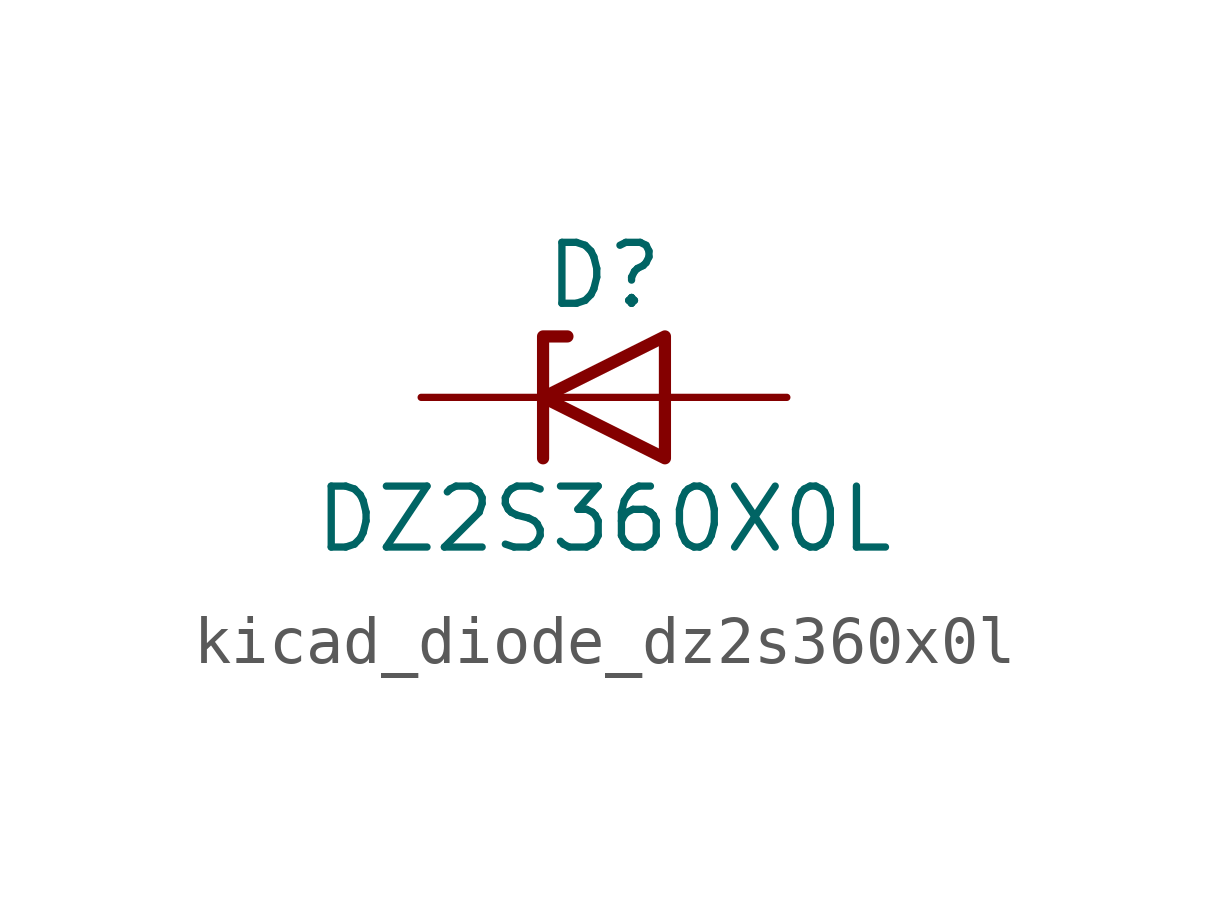
<source format=kicad_sym>
(kicad_symbol_lib
  (version 20220914)
  (generator kicad_symbol_editor)
  (symbol "kicad_diode_dz2s360x0l"
    (pin_numbers hide)
    (pin_names hide)
    (property "Reference" "D"
      (at 0 2.54 0)
      (effects (font (size 1.27 1.27))))
    (property "Value" "DZ2S360X0L"
      (at 0 -2.54 0)
      (effects (font (size 1.27 1.27))))
    (symbol "kicad_diode_dz2s360x0l_0_1"
      (polyline (pts (xy 1.27 0) (xy -1.27 0)) (stroke (width 0) (type default)) (fill (type none)))
      (polyline (pts (xy -1.27 -1.27) (xy -1.27 1.27) (xy -0.762 1.27)) (stroke (width 0.254) (type default)) (fill (type none)))
      (polyline (pts (xy 1.27 -1.27) (xy 1.27 1.27) (xy -1.27 0) (xy 1.27 -1.27)) (stroke (width 0.254) (type default)) (fill (type none))))
    (symbol "kicad_diode_dz2s360x0l_1_1"
      (pin passive line (at -3.81 0 0) (length 2.54) (name "K" (effects (font (size 1.27 1.27)))) (number "1" (effects (font (size 1.27 1.27)))))
      (pin passive line (at 3.81 0 180) (length 2.54) (name "A" (effects (font (size 1.27 1.27)))) (number "2" (effects (font (size 1.27 1.27))))))))
</source>
